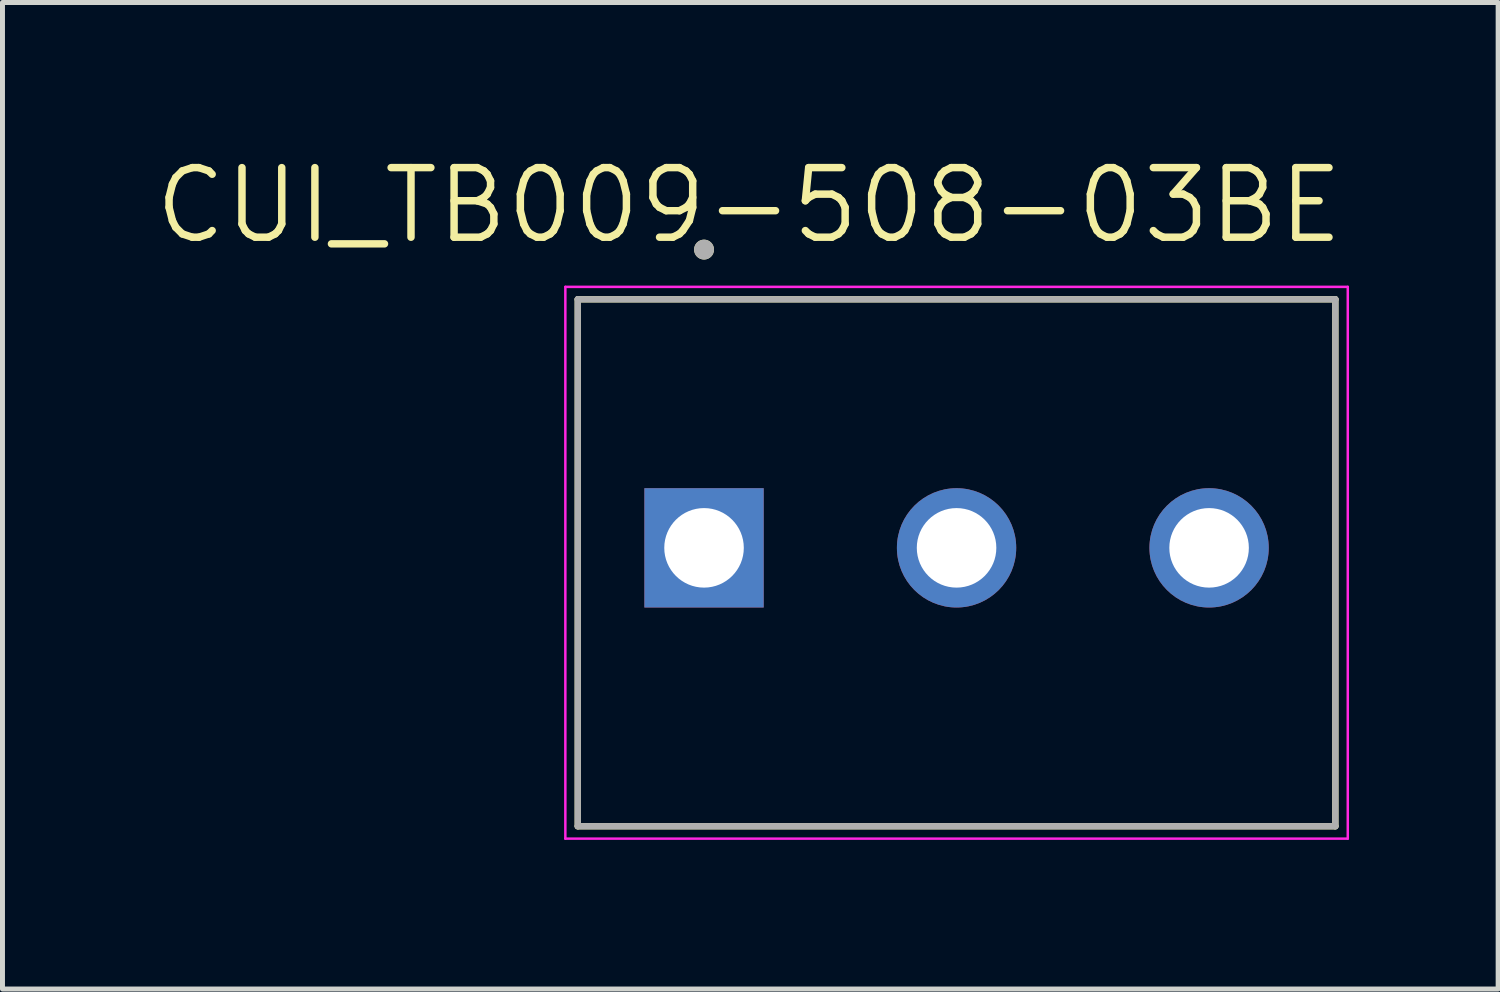
<source format=kicad_pcb>
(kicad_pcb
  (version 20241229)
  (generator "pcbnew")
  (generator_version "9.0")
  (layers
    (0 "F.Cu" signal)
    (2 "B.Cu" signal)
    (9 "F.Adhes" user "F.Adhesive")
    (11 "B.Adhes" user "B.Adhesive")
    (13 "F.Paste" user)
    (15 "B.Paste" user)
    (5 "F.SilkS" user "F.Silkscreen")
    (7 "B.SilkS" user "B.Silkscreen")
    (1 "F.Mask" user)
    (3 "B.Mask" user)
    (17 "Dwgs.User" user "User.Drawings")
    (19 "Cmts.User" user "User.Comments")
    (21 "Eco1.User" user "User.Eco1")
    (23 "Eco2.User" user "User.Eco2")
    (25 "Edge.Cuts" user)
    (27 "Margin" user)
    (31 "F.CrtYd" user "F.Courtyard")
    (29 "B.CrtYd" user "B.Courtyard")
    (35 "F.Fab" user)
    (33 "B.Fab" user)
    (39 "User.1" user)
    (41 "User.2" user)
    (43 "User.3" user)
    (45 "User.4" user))
  (footprint "CUI_TB009-508-03BE"
    (layer "F.Cu")
    (at 11.113 7.971)
    (property "Reference" "CUI_TB009-508-03BE" (at 0.905 -6.889 0) (layer "F.SilkS") (effects (font (size 1.4 1.4) (thickness 0.15))))
    (attr through_hole)
    (fp_line (start -2.54 -5) (end 12.7 -5) (stroke (width 0.127) (type solid)) (layer "F.SilkS"))
    (fp_line (start -2.54 5.6) (end -2.54 -5) (stroke (width 0.127) (type solid)) (layer "F.SilkS"))
    (fp_line (start 12.7 -5) (end 12.7 5.6) (stroke (width 0.127) (type solid)) (layer "F.SilkS"))
    (fp_line (start 12.7 5.6) (end -2.54 5.6) (stroke (width 0.127) (type solid)) (layer "F.SilkS"))
    (fp_circle (center 0 -6) (end 0.1 -6) (stroke (width 0.2) (type solid)) (fill no) (layer "F.SilkS"))
    (fp_line (start -2.79 -5.25) (end 12.95 -5.25) (stroke (width 0.05) (type solid)) (layer "F.CrtYd"))
    (fp_line (start -2.79 5.85) (end -2.79 -5.25) (stroke (width 0.05) (type solid)) (layer "F.CrtYd"))
    (fp_line (start 12.95 -5.25) (end 12.95 5.85) (stroke (width 0.05) (type solid)) (layer "F.CrtYd"))
    (fp_line (start 12.95 5.85) (end -2.79 5.85) (stroke (width 0.05) (type solid)) (layer "F.CrtYd"))
    (fp_line (start -2.54 -5) (end 12.7 -5) (stroke (width 0.127) (type solid)) (layer "F.Fab"))
    (fp_line (start -2.54 5.6) (end -2.54 -5) (stroke (width 0.127) (type solid)) (layer "F.Fab"))
    (fp_line (start 12.7 -5) (end 12.7 5.6) (stroke (width 0.127) (type solid)) (layer "F.Fab"))
    (fp_line (start 12.7 5.6) (end -2.54 5.6) (stroke (width 0.127) (type solid)) (layer "F.Fab"))
    (fp_circle (center 0 -6) (end 0.1 -6) (stroke (width 0.2) (type solid)) (fill no) (layer "F.Fab"))
    (pad "1" thru_hole rect (at 0 0) (size 2.4 2.4) (drill 1.6) (layers "*.Cu" "*.Mask"))
    (pad "2" thru_hole circle (at 5.08 0) (size 2.4 2.4) (drill 1.6) (layers "*.Cu" "*.Mask"))
    (pad "3" thru_hole circle (at 10.16 0) (size 2.4 2.4) (drill 1.6) (layers "*.Cu" "*.Mask")))
  (gr_rect
    (start -3 -3)
    (end 27.088 16.846)
    (stroke (width 0.1) (type default))
    (fill no)
    (layer "Edge.Cuts")))
</source>
